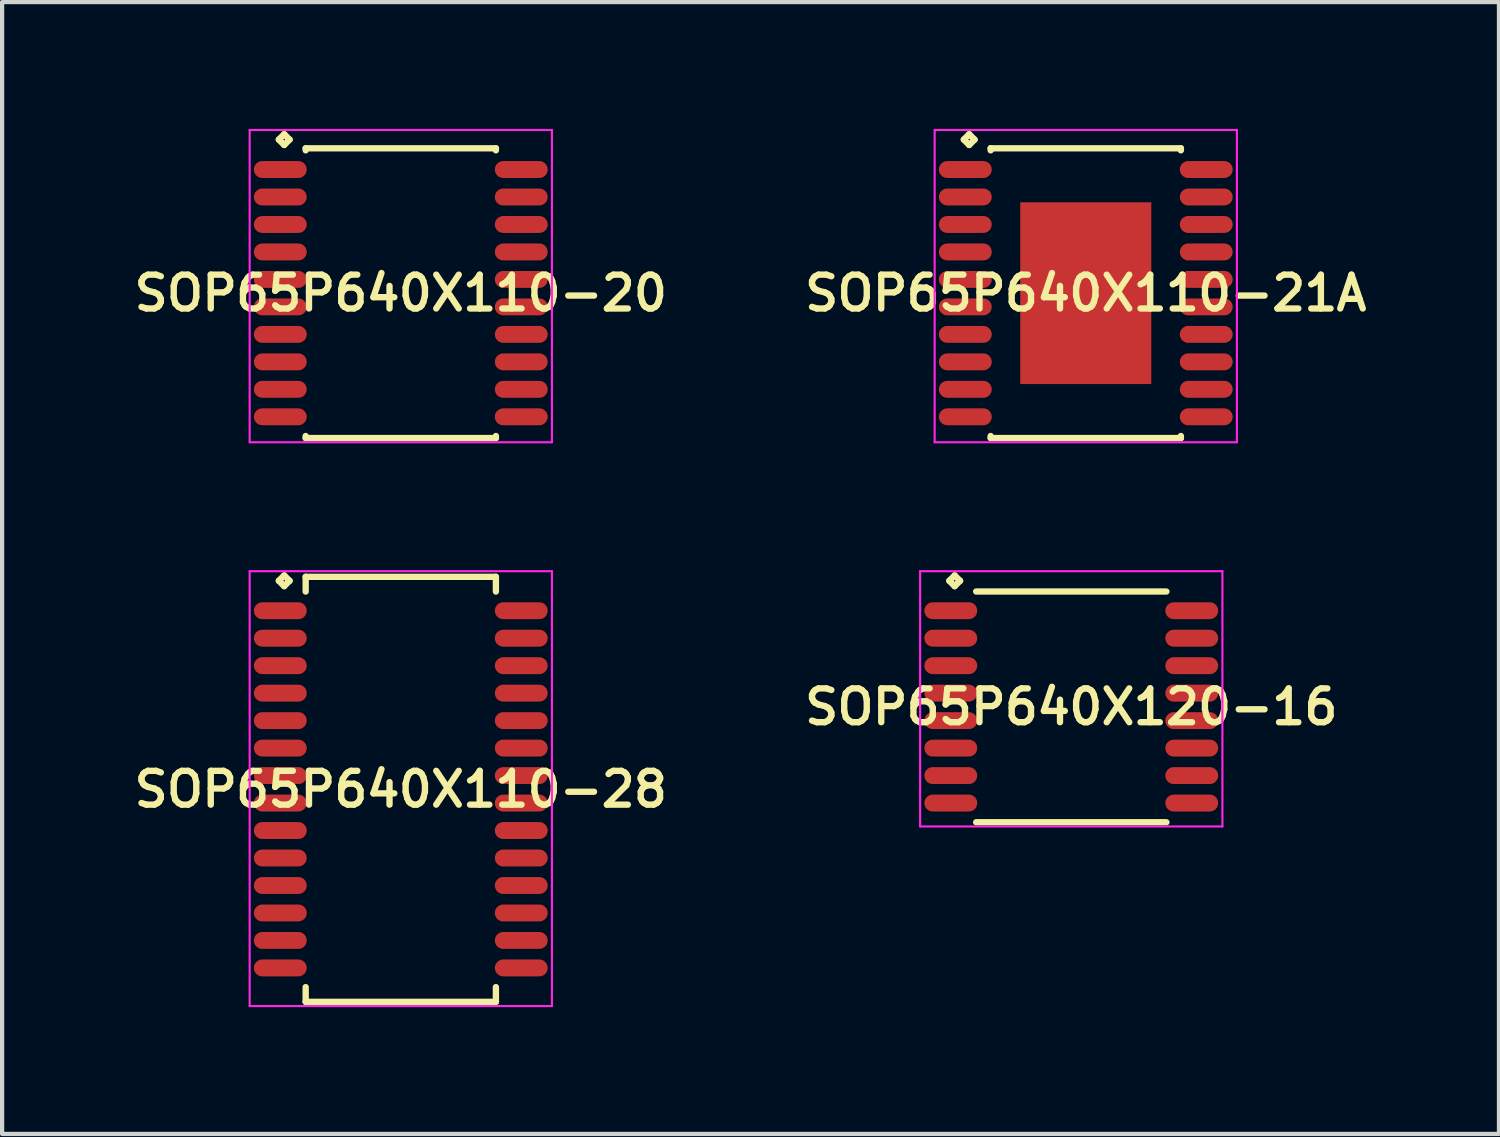
<source format=kicad_pcb>
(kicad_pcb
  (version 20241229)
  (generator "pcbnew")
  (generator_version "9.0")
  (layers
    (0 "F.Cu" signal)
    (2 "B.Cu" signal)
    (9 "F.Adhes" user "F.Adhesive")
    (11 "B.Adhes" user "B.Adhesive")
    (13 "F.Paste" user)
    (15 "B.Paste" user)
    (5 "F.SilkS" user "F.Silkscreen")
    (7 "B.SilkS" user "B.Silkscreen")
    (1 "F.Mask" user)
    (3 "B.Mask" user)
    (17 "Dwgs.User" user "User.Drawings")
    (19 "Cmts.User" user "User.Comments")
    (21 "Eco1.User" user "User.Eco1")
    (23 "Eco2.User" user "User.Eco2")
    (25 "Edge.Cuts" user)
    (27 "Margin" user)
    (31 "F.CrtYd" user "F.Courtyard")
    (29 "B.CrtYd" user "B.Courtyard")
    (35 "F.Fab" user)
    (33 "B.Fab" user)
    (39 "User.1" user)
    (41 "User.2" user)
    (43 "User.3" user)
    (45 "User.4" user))
  (footprint "SOP65P640X110-21A"
    (layer "F.Cu")
    (at 22.635 3.885)
    (property "Reference" "SOP65P640X110-21A" (at 0 0 0) (layer "F.SilkS") (effects (font (size 0.8 0.8) (thickness 0.15))))
    (attr smd)
    (fp_line (start -2.885 -3.633) (end -2.758 -3.76) (stroke (width 0.15) (type solid)) (layer "F.SilkS"))
    (fp_line (start -2.758 -3.76) (end -2.631 -3.633) (stroke (width 0.15) (type solid)) (layer "F.SilkS"))
    (fp_line (start -2.758 -3.506) (end -2.885 -3.633) (stroke (width 0.15) (type solid)) (layer "F.SilkS"))
    (fp_line (start -2.631 -3.633) (end -2.758 -3.506) (stroke (width 0.15) (type solid)) (layer "F.SilkS"))
    (fp_line (start -2.25 -3.427) (end 2.25 -3.427) (stroke (width 0.15) (type solid)) (layer "F.SilkS"))
    (fp_line (start -2.25 -3.379) (end -2.25 -3.427) (stroke (width 0.15) (type solid)) (layer "F.SilkS"))
    (fp_line (start -2.25 3.379) (end -2.25 3.427) (stroke (width 0.15) (type solid)) (layer "F.SilkS"))
    (fp_line (start -2.25 3.427) (end 2.25 3.427) (stroke (width 0.15) (type solid)) (layer "F.SilkS"))
    (fp_line (start 2.25 -3.427) (end 2.25 -3.379) (stroke (width 0.15) (type solid)) (layer "F.SilkS"))
    (fp_line (start 2.25 3.427) (end 2.25 3.379) (stroke (width 0.15) (type solid)) (layer "F.SilkS"))
    (fp_line (start -3.575 -3.86) (end 3.575 -3.86) (stroke (width 0.05) (type solid)) (layer "F.CrtYd"))
    (fp_line (start -3.575 3.527) (end -3.575 -3.86) (stroke (width 0.05) (type solid)) (layer "F.CrtYd"))
    (fp_line (start 3.575 -3.86) (end 3.575 3.527) (stroke (width 0.05) (type solid)) (layer "F.CrtYd"))
    (fp_line (start 3.575 3.527) (end -3.575 3.527) (stroke (width 0.05) (type solid)) (layer "F.CrtYd"))
    (pad "1" smd oval (at -2.85 -2.925) (size 1.25 0.4) (layers "F.Cu" "F.Mask" "F.Paste"))
    (pad "2" smd oval (at -2.85 -2.275) (size 1.25 0.4) (layers "F.Cu" "F.Mask" "F.Paste"))
    (pad "3" smd oval (at -2.85 -1.625) (size 1.25 0.4) (layers "F.Cu" "F.Mask" "F.Paste"))
    (pad "4" smd oval (at -2.85 -0.975) (size 1.25 0.4) (layers "F.Cu" "F.Mask" "F.Paste"))
    (pad "5" smd oval (at -2.85 -0.325) (size 1.25 0.4) (layers "F.Cu" "F.Mask" "F.Paste"))
    (pad "6" smd oval (at -2.85 0.325) (size 1.25 0.4) (layers "F.Cu" "F.Mask" "F.Paste"))
    (pad "7" smd oval (at -2.85 0.975) (size 1.25 0.4) (layers "F.Cu" "F.Mask" "F.Paste"))
    (pad "8" smd oval (at -2.85 1.625) (size 1.25 0.4) (layers "F.Cu" "F.Mask" "F.Paste"))
    (pad "9" smd oval (at -2.85 2.275) (size 1.25 0.4) (layers "F.Cu" "F.Mask" "F.Paste"))
    (pad "10" smd oval (at -2.85 2.925) (size 1.25 0.4) (layers "F.Cu" "F.Mask" "F.Paste"))
    (pad "11" smd oval (at 2.85 2.925) (size 1.25 0.4) (layers "F.Cu" "F.Mask" "F.Paste"))
    (pad "12" smd oval (at 2.85 2.275) (size 1.25 0.4) (layers "F.Cu" "F.Mask" "F.Paste"))
    (pad "13" smd oval (at 2.85 1.625) (size 1.25 0.4) (layers "F.Cu" "F.Mask" "F.Paste"))
    (pad "14" smd oval (at 2.85 0.975) (size 1.25 0.4) (layers "F.Cu" "F.Mask" "F.Paste"))
    (pad "15" smd oval (at 2.85 0.325) (size 1.25 0.4) (layers "F.Cu" "F.Mask" "F.Paste"))
    (pad "16" smd oval (at 2.85 -0.325) (size 1.25 0.4) (layers "F.Cu" "F.Mask" "F.Paste"))
    (pad "17" smd oval (at 2.85 -0.975) (size 1.25 0.4) (layers "F.Cu" "F.Mask" "F.Paste"))
    (pad "18" smd oval (at 2.85 -1.625) (size 1.25 0.4) (layers "F.Cu" "F.Mask" "F.Paste"))
    (pad "19" smd oval (at 2.85 -2.275) (size 1.25 0.4) (layers "F.Cu" "F.Mask" "F.Paste"))
    (pad "20" smd oval (at 2.85 -2.925) (size 1.25 0.4) (layers "F.Cu" "F.Mask" "F.Paste"))
    (pad "21" smd rect (at 0 0) (size 3.1 4.3) (layers "F.Cu" "F.Mask" "F.Paste")))
  (footprint "SOP65P640X110-28"
    (layer "F.Cu")
    (at 6.431 15.622)
    (property "Reference" "SOP65P640X110-28" (at 0 0 0) (layer "F.SilkS") (effects (font (size 0.8 0.8) (thickness 0.15))))
    (attr smd)
    (fp_line (start -2.885 -4.933) (end -2.758 -5.06) (stroke (width 0.15) (type solid)) (layer "F.SilkS"))
    (fp_line (start -2.758 -5.06) (end -2.631 -4.933) (stroke (width 0.15) (type solid)) (layer "F.SilkS"))
    (fp_line (start -2.758 -4.806) (end -2.885 -4.933) (stroke (width 0.15) (type solid)) (layer "F.SilkS"))
    (fp_line (start -2.631 -4.933) (end -2.758 -4.806) (stroke (width 0.15) (type solid)) (layer "F.SilkS"))
    (fp_line (start -2.25 -5.027) (end 2.25 -5.027) (stroke (width 0.15) (type solid)) (layer "F.SilkS"))
    (fp_line (start -2.25 -4.679) (end -2.25 -5.027) (stroke (width 0.15) (type solid)) (layer "F.SilkS"))
    (fp_line (start -2.25 4.679) (end -2.25 5.027) (stroke (width 0.15) (type solid)) (layer "F.SilkS"))
    (fp_line (start -2.25 5.027) (end 2.25 5.027) (stroke (width 0.15) (type solid)) (layer "F.SilkS"))
    (fp_line (start 2.25 -5.027) (end 2.25 -4.679) (stroke (width 0.15) (type solid)) (layer "F.SilkS"))
    (fp_line (start 2.25 5.027) (end 2.25 4.679) (stroke (width 0.15) (type solid)) (layer "F.SilkS"))
    (fp_line (start -3.575 -5.16) (end 3.575 -5.16) (stroke (width 0.05) (type solid)) (layer "F.CrtYd"))
    (fp_line (start -3.575 5.127) (end -3.575 -5.16) (stroke (width 0.05) (type solid)) (layer "F.CrtYd"))
    (fp_line (start 3.575 -5.16) (end 3.575 5.127) (stroke (width 0.05) (type solid)) (layer "F.CrtYd"))
    (fp_line (start 3.575 5.127) (end -3.575 5.127) (stroke (width 0.05) (type solid)) (layer "F.CrtYd"))
    (pad "1" smd oval (at -2.85 -4.225) (size 1.25 0.4) (layers "F.Cu" "F.Mask" "F.Paste"))
    (pad "2" smd oval (at -2.85 -3.575) (size 1.25 0.4) (layers "F.Cu" "F.Mask" "F.Paste"))
    (pad "3" smd oval (at -2.85 -2.925) (size 1.25 0.4) (layers "F.Cu" "F.Mask" "F.Paste"))
    (pad "4" smd oval (at -2.85 -2.275) (size 1.25 0.4) (layers "F.Cu" "F.Mask" "F.Paste"))
    (pad "5" smd oval (at -2.85 -1.625) (size 1.25 0.4) (layers "F.Cu" "F.Mask" "F.Paste"))
    (pad "6" smd oval (at -2.85 -0.975) (size 1.25 0.4) (layers "F.Cu" "F.Mask" "F.Paste"))
    (pad "7" smd oval (at -2.85 -0.325) (size 1.25 0.4) (layers "F.Cu" "F.Mask" "F.Paste"))
    (pad "8" smd oval (at -2.85 0.325) (size 1.25 0.4) (layers "F.Cu" "F.Mask" "F.Paste"))
    (pad "9" smd oval (at -2.85 0.975) (size 1.25 0.4) (layers "F.Cu" "F.Mask" "F.Paste"))
    (pad "10" smd oval (at -2.85 1.625) (size 1.25 0.4) (layers "F.Cu" "F.Mask" "F.Paste"))
    (pad "11" smd oval (at -2.85 2.275) (size 1.25 0.4) (layers "F.Cu" "F.Mask" "F.Paste"))
    (pad "12" smd oval (at -2.85 2.925) (size 1.25 0.4) (layers "F.Cu" "F.Mask" "F.Paste"))
    (pad "13" smd oval (at -2.85 3.575) (size 1.25 0.4) (layers "F.Cu" "F.Mask" "F.Paste"))
    (pad "14" smd oval (at -2.85 4.225) (size 1.25 0.4) (layers "F.Cu" "F.Mask" "F.Paste"))
    (pad "15" smd oval (at 2.85 4.225) (size 1.25 0.4) (layers "F.Cu" "F.Mask" "F.Paste"))
    (pad "16" smd oval (at 2.85 3.575) (size 1.25 0.4) (layers "F.Cu" "F.Mask" "F.Paste"))
    (pad "17" smd oval (at 2.85 2.925) (size 1.25 0.4) (layers "F.Cu" "F.Mask" "F.Paste"))
    (pad "18" smd oval (at 2.85 2.275) (size 1.25 0.4) (layers "F.Cu" "F.Mask" "F.Paste"))
    (pad "19" smd oval (at 2.85 1.625) (size 1.25 0.4) (layers "F.Cu" "F.Mask" "F.Paste"))
    (pad "20" smd oval (at 2.85 0.975) (size 1.25 0.4) (layers "F.Cu" "F.Mask" "F.Paste"))
    (pad "21" smd oval (at 2.85 0.325) (size 1.25 0.4) (layers "F.Cu" "F.Mask" "F.Paste"))
    (pad "22" smd oval (at 2.85 -0.325) (size 1.25 0.4) (layers "F.Cu" "F.Mask" "F.Paste"))
    (pad "23" smd oval (at 2.85 -0.975) (size 1.25 0.4) (layers "F.Cu" "F.Mask" "F.Paste"))
    (pad "24" smd oval (at 2.85 -1.625) (size 1.25 0.4) (layers "F.Cu" "F.Mask" "F.Paste"))
    (pad "25" smd oval (at 2.85 -2.275) (size 1.25 0.4) (layers "F.Cu" "F.Mask" "F.Paste"))
    (pad "26" smd oval (at 2.85 -2.925) (size 1.25 0.4) (layers "F.Cu" "F.Mask" "F.Paste"))
    (pad "27" smd oval (at 2.85 -3.575) (size 1.25 0.4) (layers "F.Cu" "F.Mask" "F.Paste"))
    (pad "28" smd oval (at 2.85 -4.225) (size 1.25 0.4) (layers "F.Cu" "F.Mask" "F.Paste")))
  (footprint "SOP65P640X120-16"
    (layer "F.Cu")
    (at 22.292 13.672)
    (property "Reference" "SOP65P640X120-16" (at 0 0 0) (layer "F.SilkS") (effects (font (size 0.8 0.8) (thickness 0.15))))
    (attr smd)
    (fp_line (start -2.885 -2.983) (end -2.758 -3.11) (stroke (width 0.15) (type solid)) (layer "F.SilkS"))
    (fp_line (start -2.758 -3.11) (end -2.631 -2.983) (stroke (width 0.15) (type solid)) (layer "F.SilkS"))
    (fp_line (start -2.758 -2.856) (end -2.885 -2.983) (stroke (width 0.15) (type solid)) (layer "F.SilkS"))
    (fp_line (start -2.631 -2.983) (end -2.758 -2.856) (stroke (width 0.15) (type solid)) (layer "F.SilkS"))
    (fp_line (start -2.25 -2.729) (end 2.25 -2.729) (stroke (width 0.15) (type solid)) (layer "F.SilkS"))
    (fp_line (start -2.25 2.729) (end 2.25 2.729) (stroke (width 0.15) (type solid)) (layer "F.SilkS"))
    (fp_line (start -3.575 -3.21) (end 3.575 -3.21) (stroke (width 0.05) (type solid)) (layer "F.CrtYd"))
    (fp_line (start -3.575 2.829) (end -3.575 -3.21) (stroke (width 0.05) (type solid)) (layer "F.CrtYd"))
    (fp_line (start 3.575 -3.21) (end 3.575 2.829) (stroke (width 0.05) (type solid)) (layer "F.CrtYd"))
    (fp_line (start 3.575 2.829) (end -3.575 2.829) (stroke (width 0.05) (type solid)) (layer "F.CrtYd"))
    (pad "1" smd oval (at -2.85 -2.275) (size 1.25 0.4) (layers "F.Cu" "F.Mask" "F.Paste"))
    (pad "2" smd oval (at -2.85 -1.625) (size 1.25 0.4) (layers "F.Cu" "F.Mask" "F.Paste"))
    (pad "3" smd oval (at -2.85 -0.975) (size 1.25 0.4) (layers "F.Cu" "F.Mask" "F.Paste"))
    (pad "4" smd oval (at -2.85 -0.325) (size 1.25 0.4) (layers "F.Cu" "F.Mask" "F.Paste"))
    (pad "5" smd oval (at -2.85 0.325) (size 1.25 0.4) (layers "F.Cu" "F.Mask" "F.Paste"))
    (pad "6" smd oval (at -2.85 0.975) (size 1.25 0.4) (layers "F.Cu" "F.Mask" "F.Paste"))
    (pad "7" smd oval (at -2.85 1.625) (size 1.25 0.4) (layers "F.Cu" "F.Mask" "F.Paste"))
    (pad "8" smd oval (at -2.85 2.275) (size 1.25 0.4) (layers "F.Cu" "F.Mask" "F.Paste"))
    (pad "9" smd oval (at 2.85 2.275) (size 1.25 0.4) (layers "F.Cu" "F.Mask" "F.Paste"))
    (pad "10" smd oval (at 2.85 1.625) (size 1.25 0.4) (layers "F.Cu" "F.Mask" "F.Paste"))
    (pad "11" smd oval (at 2.85 0.975) (size 1.25 0.4) (layers "F.Cu" "F.Mask" "F.Paste"))
    (pad "12" smd oval (at 2.85 0.325) (size 1.25 0.4) (layers "F.Cu" "F.Mask" "F.Paste"))
    (pad "13" smd oval (at 2.85 -0.325) (size 1.25 0.4) (layers "F.Cu" "F.Mask" "F.Paste"))
    (pad "14" smd oval (at 2.85 -0.975) (size 1.25 0.4) (layers "F.Cu" "F.Mask" "F.Paste"))
    (pad "15" smd oval (at 2.85 -1.625) (size 1.25 0.4) (layers "F.Cu" "F.Mask" "F.Paste"))
    (pad "16" smd oval (at 2.85 -2.275) (size 1.25 0.4) (layers "F.Cu" "F.Mask" "F.Paste")))
  (footprint "SOP65P640X110-20"
    (layer "F.Cu")
    (at 6.431 3.885)
    (property "Reference" "SOP65P640X110-20" (at 0 0 0) (layer "F.SilkS") (effects (font (size 0.8 0.8) (thickness 0.15))))
    (attr smd)
    (fp_line (start -2.885 -3.633) (end -2.758 -3.76) (stroke (width 0.15) (type solid)) (layer "F.SilkS"))
    (fp_line (start -2.758 -3.76) (end -2.631 -3.633) (stroke (width 0.15) (type solid)) (layer "F.SilkS"))
    (fp_line (start -2.758 -3.506) (end -2.885 -3.633) (stroke (width 0.15) (type solid)) (layer "F.SilkS"))
    (fp_line (start -2.631 -3.633) (end -2.758 -3.506) (stroke (width 0.15) (type solid)) (layer "F.SilkS"))
    (fp_line (start -2.25 -3.427) (end 2.25 -3.427) (stroke (width 0.15) (type solid)) (layer "F.SilkS"))
    (fp_line (start -2.25 -3.379) (end -2.25 -3.427) (stroke (width 0.15) (type solid)) (layer "F.SilkS"))
    (fp_line (start -2.25 3.379) (end -2.25 3.427) (stroke (width 0.15) (type solid)) (layer "F.SilkS"))
    (fp_line (start -2.25 3.427) (end 2.25 3.427) (stroke (width 0.15) (type solid)) (layer "F.SilkS"))
    (fp_line (start 2.25 -3.427) (end 2.25 -3.379) (stroke (width 0.15) (type solid)) (layer "F.SilkS"))
    (fp_line (start 2.25 3.427) (end 2.25 3.379) (stroke (width 0.15) (type solid)) (layer "F.SilkS"))
    (fp_line (start -3.575 -3.86) (end 3.575 -3.86) (stroke (width 0.05) (type solid)) (layer "F.CrtYd"))
    (fp_line (start -3.575 3.527) (end -3.575 -3.86) (stroke (width 0.05) (type solid)) (layer "F.CrtYd"))
    (fp_line (start 3.575 -3.86) (end 3.575 3.527) (stroke (width 0.05) (type solid)) (layer "F.CrtYd"))
    (fp_line (start 3.575 3.527) (end -3.575 3.527) (stroke (width 0.05) (type solid)) (layer "F.CrtYd"))
    (pad "1" smd oval (at -2.85 -2.925) (size 1.25 0.4) (layers "F.Cu" "F.Mask" "F.Paste"))
    (pad "2" smd oval (at -2.85 -2.275) (size 1.25 0.4) (layers "F.Cu" "F.Mask" "F.Paste"))
    (pad "3" smd oval (at -2.85 -1.625) (size 1.25 0.4) (layers "F.Cu" "F.Mask" "F.Paste"))
    (pad "4" smd oval (at -2.85 -0.975) (size 1.25 0.4) (layers "F.Cu" "F.Mask" "F.Paste"))
    (pad "5" smd oval (at -2.85 -0.325) (size 1.25 0.4) (layers "F.Cu" "F.Mask" "F.Paste"))
    (pad "6" smd oval (at -2.85 0.325) (size 1.25 0.4) (layers "F.Cu" "F.Mask" "F.Paste"))
    (pad "7" smd oval (at -2.85 0.975) (size 1.25 0.4) (layers "F.Cu" "F.Mask" "F.Paste"))
    (pad "8" smd oval (at -2.85 1.625) (size 1.25 0.4) (layers "F.Cu" "F.Mask" "F.Paste"))
    (pad "9" smd oval (at -2.85 2.275) (size 1.25 0.4) (layers "F.Cu" "F.Mask" "F.Paste"))
    (pad "10" smd oval (at -2.85 2.925) (size 1.25 0.4) (layers "F.Cu" "F.Mask" "F.Paste"))
    (pad "11" smd oval (at 2.85 2.925) (size 1.25 0.4) (layers "F.Cu" "F.Mask" "F.Paste"))
    (pad "12" smd oval (at 2.85 2.275) (size 1.25 0.4) (layers "F.Cu" "F.Mask" "F.Paste"))
    (pad "13" smd oval (at 2.85 1.625) (size 1.25 0.4) (layers "F.Cu" "F.Mask" "F.Paste"))
    (pad "14" smd oval (at 2.85 0.975) (size 1.25 0.4) (layers "F.Cu" "F.Mask" "F.Paste"))
    (pad "15" smd oval (at 2.85 0.325) (size 1.25 0.4) (layers "F.Cu" "F.Mask" "F.Paste"))
    (pad "16" smd oval (at 2.85 -0.325) (size 1.25 0.4) (layers "F.Cu" "F.Mask" "F.Paste"))
    (pad "17" smd oval (at 2.85 -0.975) (size 1.25 0.4) (layers "F.Cu" "F.Mask" "F.Paste"))
    (pad "18" smd oval (at 2.85 -1.625) (size 1.25 0.4) (layers "F.Cu" "F.Mask" "F.Paste"))
    (pad "19" smd oval (at 2.85 -2.275) (size 1.25 0.4) (layers "F.Cu" "F.Mask" "F.Paste"))
    (pad "20" smd oval (at 2.85 -2.925) (size 1.25 0.4) (layers "F.Cu" "F.Mask" "F.Paste")))
  (gr_rect
    (start -3 -3)
    (end 32.409 23.774)
    (stroke (width 0.1) (type default))
    (fill no)
    (layer "Edge.Cuts")))
</source>
